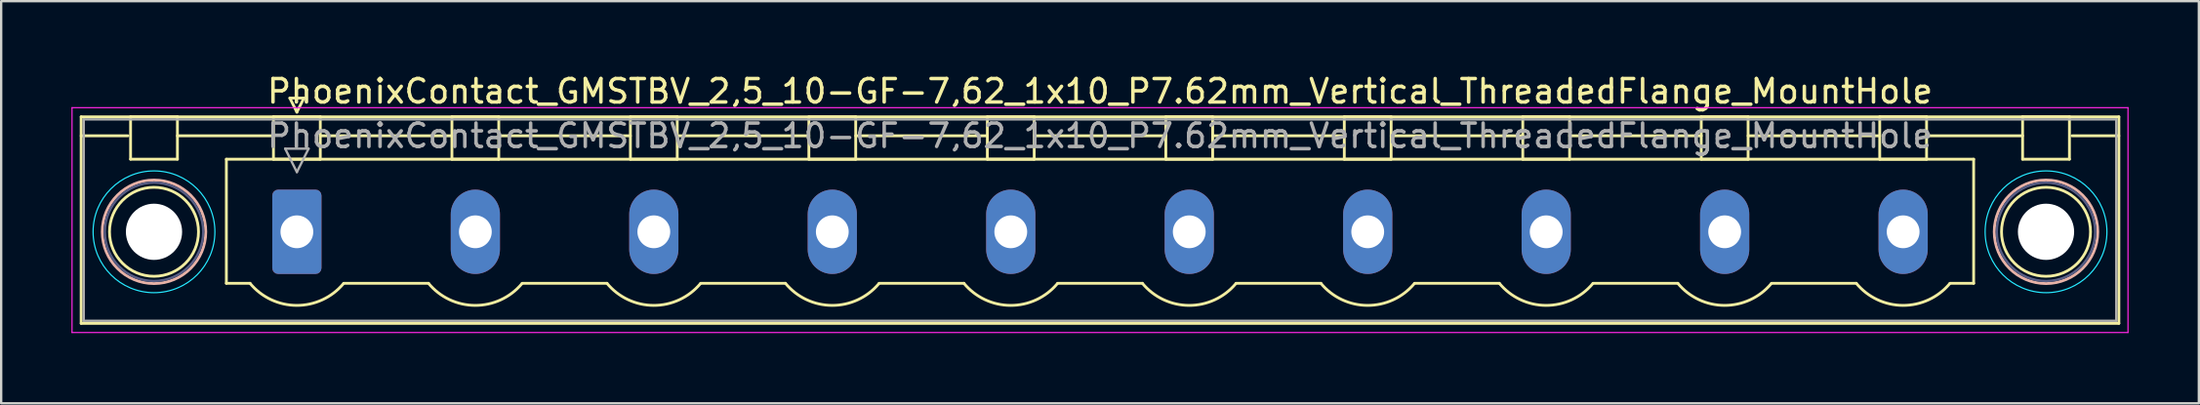
<source format=kicad_pcb>
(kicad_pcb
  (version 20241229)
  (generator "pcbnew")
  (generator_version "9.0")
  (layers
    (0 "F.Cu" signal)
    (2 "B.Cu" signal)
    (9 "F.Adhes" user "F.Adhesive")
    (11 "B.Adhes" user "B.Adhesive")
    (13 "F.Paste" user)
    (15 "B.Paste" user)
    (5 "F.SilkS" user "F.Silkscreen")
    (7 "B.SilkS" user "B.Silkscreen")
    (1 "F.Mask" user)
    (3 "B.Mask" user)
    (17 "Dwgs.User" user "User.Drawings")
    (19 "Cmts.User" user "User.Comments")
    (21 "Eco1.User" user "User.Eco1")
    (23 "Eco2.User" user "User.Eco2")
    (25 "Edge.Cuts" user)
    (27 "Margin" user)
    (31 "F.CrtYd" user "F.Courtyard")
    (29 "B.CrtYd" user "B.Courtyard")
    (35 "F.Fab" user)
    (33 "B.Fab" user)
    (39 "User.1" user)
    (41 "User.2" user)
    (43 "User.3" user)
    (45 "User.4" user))
  (footprint "PhoenixContact_GMSTBV_2,5_10-GF-7,62_1x10_P7.62mm_Vertical_ThreadedFlange_MountHole"
    (layer "F.Cu")
    (at 9.625 6.848)
    (property "Reference" "PhoenixContact_GMSTBV_2,5_10-GF-7,62_1x10_P7.62mm_Vertical_ThreadedFlange_MountHole" (at 34.29 -6 0) (layer "F.SilkS") (effects (font (size 1 1) (thickness 0.15))))
    (attr through_hole)
    (fp_line (start -9.21 -4.91) (end -9.21 3.91) (stroke (width 0.12) (type solid)) (layer "F.SilkS"))
    (fp_line (start -9.21 -4.1) (end -7.21 -4.1) (stroke (width 0.12) (type solid)) (layer "F.SilkS"))
    (fp_line (start -9.21 3.91) (end 77.79 3.91) (stroke (width 0.12) (type solid)) (layer "F.SilkS"))
    (fp_line (start -7.1 -4.91) (end -5.1 -4.91) (stroke (width 0.12) (type solid)) (layer "F.SilkS"))
    (fp_line (start -7.1 -3.1) (end -7.1 -4.91) (stroke (width 0.12) (type solid)) (layer "F.SilkS"))
    (fp_line (start -5.1 -4.91) (end -5.1 -3.1) (stroke (width 0.12) (type solid)) (layer "F.SilkS"))
    (fp_line (start -5.1 -4.1) (end -1 -4.1) (stroke (width 0.12) (type solid)) (layer "F.SilkS"))
    (fp_line (start -5.1 -3.1) (end -7.1 -3.1) (stroke (width 0.12) (type solid)) (layer "F.SilkS"))
    (fp_line (start -3.01 -3.1) (end 71.59 -3.1) (stroke (width 0.12) (type solid)) (layer "F.SilkS"))
    (fp_line (start -3.01 2.2) (end -3.01 -3.1) (stroke (width 0.12) (type solid)) (layer "F.SilkS"))
    (fp_line (start -2 2.2) (end -3.01 2.2) (stroke (width 0.12) (type solid)) (layer "F.SilkS"))
    (fp_line (start -1 -4.91) (end 1 -4.91) (stroke (width 0.12) (type solid)) (layer "F.SilkS"))
    (fp_line (start -1 -3.1) (end -1 -4.91) (stroke (width 0.12) (type solid)) (layer "F.SilkS"))
    (fp_line (start -0.3 -5.71) (end 0.3 -5.71) (stroke (width 0.12) (type solid)) (layer "F.SilkS"))
    (fp_line (start 0 -5.11) (end -0.3 -5.71) (stroke (width 0.12) (type solid)) (layer "F.SilkS"))
    (fp_line (start 0.3 -5.71) (end 0 -5.11) (stroke (width 0.12) (type solid)) (layer "F.SilkS"))
    (fp_line (start 1 -4.91) (end 1 -3.1) (stroke (width 0.12) (type solid)) (layer "F.SilkS"))
    (fp_line (start 1 -4.1) (end 6.62 -4.1) (stroke (width 0.12) (type solid)) (layer "F.SilkS"))
    (fp_line (start 1 -3.1) (end -1 -3.1) (stroke (width 0.12) (type solid)) (layer "F.SilkS"))
    (fp_line (start 2 2.2) (end 5.62 2.2) (stroke (width 0.12) (type solid)) (layer "F.SilkS"))
    (fp_line (start 6.62 -4.91) (end 8.62 -4.91) (stroke (width 0.12) (type solid)) (layer "F.SilkS"))
    (fp_line (start 6.62 -3.1) (end 6.62 -4.91) (stroke (width 0.12) (type solid)) (layer "F.SilkS"))
    (fp_line (start 8.62 -4.91) (end 8.62 -3.1) (stroke (width 0.12) (type solid)) (layer "F.SilkS"))
    (fp_line (start 8.62 -4.1) (end 14.24 -4.1) (stroke (width 0.12) (type solid)) (layer "F.SilkS"))
    (fp_line (start 8.62 -3.1) (end 6.62 -3.1) (stroke (width 0.12) (type solid)) (layer "F.SilkS"))
    (fp_line (start 9.62 2.2) (end 13.24 2.2) (stroke (width 0.12) (type solid)) (layer "F.SilkS"))
    (fp_line (start 14.24 -4.91) (end 16.24 -4.91) (stroke (width 0.12) (type solid)) (layer "F.SilkS"))
    (fp_line (start 14.24 -3.1) (end 14.24 -4.91) (stroke (width 0.12) (type solid)) (layer "F.SilkS"))
    (fp_line (start 16.24 -4.91) (end 16.24 -3.1) (stroke (width 0.12) (type solid)) (layer "F.SilkS"))
    (fp_line (start 16.24 -4.1) (end 21.86 -4.1) (stroke (width 0.12) (type solid)) (layer "F.SilkS"))
    (fp_line (start 16.24 -3.1) (end 14.24 -3.1) (stroke (width 0.12) (type solid)) (layer "F.SilkS"))
    (fp_line (start 17.24 2.2) (end 20.86 2.2) (stroke (width 0.12) (type solid)) (layer "F.SilkS"))
    (fp_line (start 21.86 -4.91) (end 23.86 -4.91) (stroke (width 0.12) (type solid)) (layer "F.SilkS"))
    (fp_line (start 21.86 -3.1) (end 21.86 -4.91) (stroke (width 0.12) (type solid)) (layer "F.SilkS"))
    (fp_line (start 23.86 -4.91) (end 23.86 -3.1) (stroke (width 0.12) (type solid)) (layer "F.SilkS"))
    (fp_line (start 23.86 -4.1) (end 29.48 -4.1) (stroke (width 0.12) (type solid)) (layer "F.SilkS"))
    (fp_line (start 23.86 -3.1) (end 21.86 -3.1) (stroke (width 0.12) (type solid)) (layer "F.SilkS"))
    (fp_line (start 24.86 2.2) (end 28.48 2.2) (stroke (width 0.12) (type solid)) (layer "F.SilkS"))
    (fp_line (start 29.48 -4.91) (end 31.48 -4.91) (stroke (width 0.12) (type solid)) (layer "F.SilkS"))
    (fp_line (start 29.48 -3.1) (end 29.48 -4.91) (stroke (width 0.12) (type solid)) (layer "F.SilkS"))
    (fp_line (start 31.48 -4.91) (end 31.48 -3.1) (stroke (width 0.12) (type solid)) (layer "F.SilkS"))
    (fp_line (start 31.48 -4.1) (end 37.1 -4.1) (stroke (width 0.12) (type solid)) (layer "F.SilkS"))
    (fp_line (start 31.48 -3.1) (end 29.48 -3.1) (stroke (width 0.12) (type solid)) (layer "F.SilkS"))
    (fp_line (start 32.48 2.2) (end 36.1 2.2) (stroke (width 0.12) (type solid)) (layer "F.SilkS"))
    (fp_line (start 37.1 -4.91) (end 39.1 -4.91) (stroke (width 0.12) (type solid)) (layer "F.SilkS"))
    (fp_line (start 37.1 -3.1) (end 37.1 -4.91) (stroke (width 0.12) (type solid)) (layer "F.SilkS"))
    (fp_line (start 39.1 -4.91) (end 39.1 -3.1) (stroke (width 0.12) (type solid)) (layer "F.SilkS"))
    (fp_line (start 39.1 -4.1) (end 44.72 -4.1) (stroke (width 0.12) (type solid)) (layer "F.SilkS"))
    (fp_line (start 39.1 -3.1) (end 37.1 -3.1) (stroke (width 0.12) (type solid)) (layer "F.SilkS"))
    (fp_line (start 40.1 2.2) (end 43.72 2.2) (stroke (width 0.12) (type solid)) (layer "F.SilkS"))
    (fp_line (start 44.72 -4.91) (end 46.72 -4.91) (stroke (width 0.12) (type solid)) (layer "F.SilkS"))
    (fp_line (start 44.72 -3.1) (end 44.72 -4.91) (stroke (width 0.12) (type solid)) (layer "F.SilkS"))
    (fp_line (start 46.72 -4.91) (end 46.72 -3.1) (stroke (width 0.12) (type solid)) (layer "F.SilkS"))
    (fp_line (start 46.72 -4.1) (end 52.34 -4.1) (stroke (width 0.12) (type solid)) (layer "F.SilkS"))
    (fp_line (start 46.72 -3.1) (end 44.72 -3.1) (stroke (width 0.12) (type solid)) (layer "F.SilkS"))
    (fp_line (start 47.72 2.2) (end 51.34 2.2) (stroke (width 0.12) (type solid)) (layer "F.SilkS"))
    (fp_line (start 52.34 -4.91) (end 54.34 -4.91) (stroke (width 0.12) (type solid)) (layer "F.SilkS"))
    (fp_line (start 52.34 -3.1) (end 52.34 -4.91) (stroke (width 0.12) (type solid)) (layer "F.SilkS"))
    (fp_line (start 54.34 -4.91) (end 54.34 -3.1) (stroke (width 0.12) (type solid)) (layer "F.SilkS"))
    (fp_line (start 54.34 -4.1) (end 59.96 -4.1) (stroke (width 0.12) (type solid)) (layer "F.SilkS"))
    (fp_line (start 54.34 -3.1) (end 52.34 -3.1) (stroke (width 0.12) (type solid)) (layer "F.SilkS"))
    (fp_line (start 55.34 2.2) (end 58.96 2.2) (stroke (width 0.12) (type solid)) (layer "F.SilkS"))
    (fp_line (start 59.96 -4.91) (end 61.96 -4.91) (stroke (width 0.12) (type solid)) (layer "F.SilkS"))
    (fp_line (start 59.96 -3.1) (end 59.96 -4.91) (stroke (width 0.12) (type solid)) (layer "F.SilkS"))
    (fp_line (start 61.96 -4.91) (end 61.96 -3.1) (stroke (width 0.12) (type solid)) (layer "F.SilkS"))
    (fp_line (start 61.96 -4.1) (end 67.58 -4.1) (stroke (width 0.12) (type solid)) (layer "F.SilkS"))
    (fp_line (start 61.96 -3.1) (end 59.96 -3.1) (stroke (width 0.12) (type solid)) (layer "F.SilkS"))
    (fp_line (start 62.96 2.2) (end 66.58 2.2) (stroke (width 0.12) (type solid)) (layer "F.SilkS"))
    (fp_line (start 67.58 -4.91) (end 69.58 -4.91) (stroke (width 0.12) (type solid)) (layer "F.SilkS"))
    (fp_line (start 67.58 -3.1) (end 67.58 -4.91) (stroke (width 0.12) (type solid)) (layer "F.SilkS"))
    (fp_line (start 69.58 -4.91) (end 69.58 -3.1) (stroke (width 0.12) (type solid)) (layer "F.SilkS"))
    (fp_line (start 69.58 -4.1) (end 73.68 -4.1) (stroke (width 0.12) (type solid)) (layer "F.SilkS"))
    (fp_line (start 69.58 -3.1) (end 67.58 -3.1) (stroke (width 0.12) (type solid)) (layer "F.SilkS"))
    (fp_line (start 71.59 -3.1) (end 71.59 2.2) (stroke (width 0.12) (type solid)) (layer "F.SilkS"))
    (fp_line (start 71.59 2.2) (end 70.58 2.2) (stroke (width 0.12) (type solid)) (layer "F.SilkS"))
    (fp_line (start 73.68 -4.91) (end 75.68 -4.91) (stroke (width 0.12) (type solid)) (layer "F.SilkS"))
    (fp_line (start 73.68 -3.1) (end 73.68 -4.91) (stroke (width 0.12) (type solid)) (layer "F.SilkS"))
    (fp_line (start 75.68 -4.91) (end 75.68 -3.1) (stroke (width 0.12) (type solid)) (layer "F.SilkS"))
    (fp_line (start 75.68 -3.1) (end 73.68 -3.1) (stroke (width 0.12) (type solid)) (layer "F.SilkS"))
    (fp_line (start 77.79 -4.91) (end -9.21 -4.91) (stroke (width 0.12) (type solid)) (layer "F.SilkS"))
    (fp_line (start 77.79 -4.1) (end 75.79 -4.1) (stroke (width 0.12) (type solid)) (layer "F.SilkS"))
    (fp_line (start 77.79 3.91) (end 77.79 -4.91) (stroke (width 0.12) (type solid)) (layer "F.SilkS"))
    (fp_arc (start 1.986842 2.215821) (mid -0.010289 3.142758) (end -2 2.2) (stroke (width 0.12) (type solid)) (layer "F.SilkS"))
    (fp_arc (start 9.606842 2.215821) (mid 7.609711 3.142758) (end 5.62 2.2) (stroke (width 0.12) (type solid)) (layer "F.SilkS"))
    (fp_arc (start 17.226842 2.215821) (mid 15.229711 3.142758) (end 13.24 2.2) (stroke (width 0.12) (type solid)) (layer "F.SilkS"))
    (fp_arc (start 24.846842 2.215821) (mid 22.849711 3.142758) (end 20.86 2.2) (stroke (width 0.12) (type solid)) (layer "F.SilkS"))
    (fp_arc (start 32.466842 2.215821) (mid 30.469711 3.142758) (end 28.48 2.2) (stroke (width 0.12) (type solid)) (layer "F.SilkS"))
    (fp_arc (start 40.086842 2.215821) (mid 38.089711 3.142758) (end 36.1 2.2) (stroke (width 0.12) (type solid)) (layer "F.SilkS"))
    (fp_arc (start 47.706842 2.215821) (mid 45.709711 3.142758) (end 43.72 2.2) (stroke (width 0.12) (type solid)) (layer "F.SilkS"))
    (fp_arc (start 55.326842 2.215821) (mid 53.329711 3.142758) (end 51.34 2.2) (stroke (width 0.12) (type solid)) (layer "F.SilkS"))
    (fp_arc (start 62.946842 2.215821) (mid 60.949711 3.142758) (end 58.96 2.2) (stroke (width 0.12) (type solid)) (layer "F.SilkS"))
    (fp_arc (start 70.566842 2.215821) (mid 68.569711 3.142758) (end 66.58 2.2) (stroke (width 0.12) (type solid)) (layer "F.SilkS"))
    (fp_circle (center -6.1 0) (end -4.2 0) (stroke (width 0.12) (type solid)) (fill no) (layer "F.SilkS"))
    (fp_circle (center 74.68 0) (end 76.58 0) (stroke (width 0.12) (type solid)) (fill no) (layer "F.SilkS"))
    (fp_circle (center -6.1 0) (end -3.89 0) (stroke (width 0.12) (type solid)) (fill no) (layer "B.SilkS"))
    (fp_circle (center 74.68 0) (end 76.89 0) (stroke (width 0.12) (type solid)) (fill no) (layer "B.SilkS"))
    (fp_circle (center -6.1 0) (end -3.5 0) (stroke (width 0.05) (type solid)) (fill no) (layer "B.CrtYd"))
    (fp_circle (center 74.68 0) (end 77.28 0) (stroke (width 0.05) (type solid)) (fill no) (layer "B.CrtYd"))
    (fp_line (start -9.6 -5.3) (end -9.6 4.3) (stroke (width 0.05) (type solid)) (layer "F.CrtYd"))
    (fp_line (start -9.6 4.3) (end 78.18 4.3) (stroke (width 0.05) (type solid)) (layer "F.CrtYd"))
    (fp_line (start 78.18 -5.3) (end -9.6 -5.3) (stroke (width 0.05) (type solid)) (layer "F.CrtYd"))
    (fp_line (start 78.18 4.3) (end 78.18 -5.3) (stroke (width 0.05) (type solid)) (layer "F.CrtYd"))
    (fp_circle (center -6.1 0) (end -4 0) (stroke (width 0.1) (type solid)) (fill no) (layer "B.Fab"))
    (fp_circle (center 74.68 0) (end 76.78 0) (stroke (width 0.1) (type solid)) (fill no) (layer "B.Fab"))
    (fp_line (start -9.1 -4.8) (end -9.1 3.8) (stroke (width 0.1) (type solid)) (layer "F.Fab"))
    (fp_line (start -9.1 3.8) (end 77.68 3.8) (stroke (width 0.1) (type solid)) (layer "F.Fab"))
    (fp_line (start -0.5 -3.55) (end 0.5 -3.55) (stroke (width 0.1) (type solid)) (layer "F.Fab"))
    (fp_line (start 0 -2.55) (end -0.5 -3.55) (stroke (width 0.1) (type solid)) (layer "F.Fab"))
    (fp_line (start 0.5 -3.55) (end 0 -2.55) (stroke (width 0.1) (type solid)) (layer "F.Fab"))
    (fp_line (start 77.68 -4.8) (end -9.1 -4.8) (stroke (width 0.1) (type solid)) (layer "F.Fab"))
    (fp_line (start 77.68 3.8) (end 77.68 -4.8) (stroke (width 0.1) (type solid)) (layer "F.Fab"))
    (fp_text user "${REFERENCE}" (at 34.29 -4.1 0) (layer "F.Fab") (effects (font (size 1 1) (thickness 0.15))))
    (pad "" np_thru_hole circle (at -6.1 0) (size 2.4 2.4) (drill 2.4) (layers "*.Cu" "*.Mask"))
    (pad "" np_thru_hole circle (at 74.68 0) (size 2.4 2.4) (drill 2.4) (layers "*.Cu" "*.Mask"))
    (pad "1" thru_hole roundrect (at 0 0) (size 2.1 3.6) (drill 1.4) (layers "*.Cu" "*.Mask") (roundrect_rratio 0.119))
    (pad "2" thru_hole oval (at 7.62 0) (size 2.1 3.6) (drill 1.4) (layers "*.Cu" "*.Mask"))
    (pad "3" thru_hole oval (at 15.24 0) (size 2.1 3.6) (drill 1.4) (layers "*.Cu" "*.Mask"))
    (pad "4" thru_hole oval (at 22.86 0) (size 2.1 3.6) (drill 1.4) (layers "*.Cu" "*.Mask"))
    (pad "5" thru_hole oval (at 30.48 0) (size 2.1 3.6) (drill 1.4) (layers "*.Cu" "*.Mask"))
    (pad "6" thru_hole oval (at 38.1 0) (size 2.1 3.6) (drill 1.4) (layers "*.Cu" "*.Mask"))
    (pad "7" thru_hole oval (at 45.72 0) (size 2.1 3.6) (drill 1.4) (layers "*.Cu" "*.Mask"))
    (pad "8" thru_hole oval (at 53.34 0) (size 2.1 3.6) (drill 1.4) (layers "*.Cu" "*.Mask"))
    (pad "9" thru_hole oval (at 60.96 0) (size 2.1 3.6) (drill 1.4) (layers "*.Cu" "*.Mask"))
    (pad "10" thru_hole oval (at 68.58 0) (size 2.1 3.6) (drill 1.4) (layers "*.Cu" "*.Mask")))
  (gr_rect
    (start -3 -3)
    (end 90.83 14.173)
    (stroke (width 0.1) (type default))
    (fill no)
    (layer "Edge.Cuts")))
</source>
